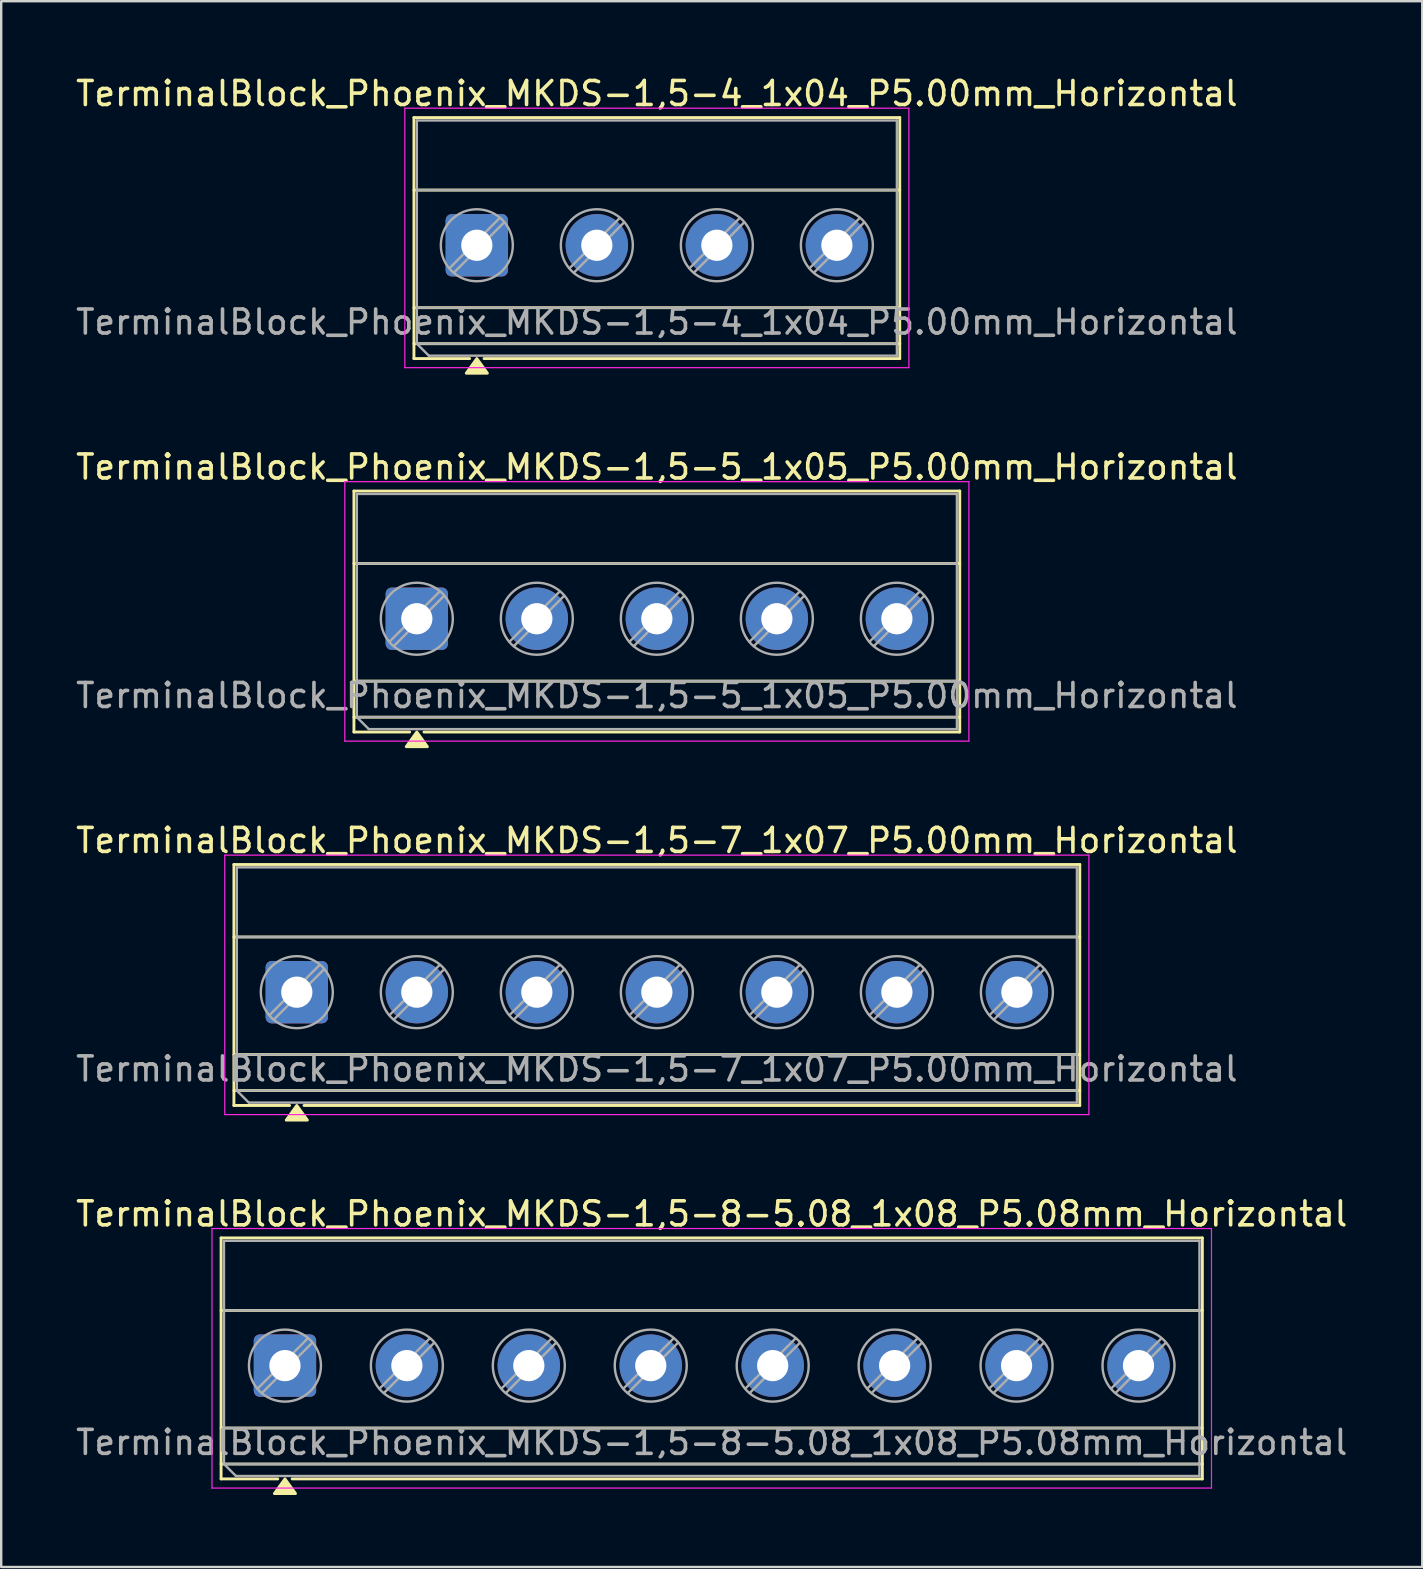
<source format=kicad_pcb>
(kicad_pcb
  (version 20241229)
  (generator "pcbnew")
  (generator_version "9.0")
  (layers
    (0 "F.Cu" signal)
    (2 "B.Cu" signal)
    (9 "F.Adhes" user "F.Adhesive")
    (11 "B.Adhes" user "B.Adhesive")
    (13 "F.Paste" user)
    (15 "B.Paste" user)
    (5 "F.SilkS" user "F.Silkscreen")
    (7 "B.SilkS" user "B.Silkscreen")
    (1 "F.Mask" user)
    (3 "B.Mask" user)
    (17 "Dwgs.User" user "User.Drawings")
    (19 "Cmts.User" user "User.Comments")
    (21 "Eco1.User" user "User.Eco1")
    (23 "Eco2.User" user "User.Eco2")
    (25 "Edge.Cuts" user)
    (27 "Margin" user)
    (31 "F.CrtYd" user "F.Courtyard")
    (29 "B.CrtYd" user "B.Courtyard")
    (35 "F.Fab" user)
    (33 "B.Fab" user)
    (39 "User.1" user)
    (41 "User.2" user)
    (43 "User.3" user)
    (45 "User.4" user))
  (footprint "TerminalBlock_Phoenix_MKDS-1,5-4_1x04_P5.00mm_Horizontal"
    (layer "F.Cu")
    (at 16.815 7.168)
    (property "Reference" "TerminalBlock_Phoenix_MKDS-1,5-4_1x04_P5.00mm_Horizontal" (at 7.5 -6.32 0) (layer "F.SilkS") (effects (font (size 1 1) (thickness 0.15))))
    (attr through_hole)
    (fp_line (start -2.62 -5.32) (end 17.62 -5.32) (stroke (width 0.12) (type solid)) (layer "F.SilkS"))
    (fp_line (start -2.62 -2.3) (end 17.62 -2.3) (stroke (width 0.12) (type solid)) (layer "F.SilkS"))
    (fp_line (start -2.62 2.6) (end 17.62 2.6) (stroke (width 0.12) (type solid)) (layer "F.SilkS"))
    (fp_line (start -2.62 4.1) (end 17.62 4.1) (stroke (width 0.12) (type solid)) (layer "F.SilkS"))
    (fp_line (start -2.62 4.72) (end -2.62 -5.32) (stroke (width 0.12) (type solid)) (layer "F.SilkS"))
    (fp_line (start -0.3 4.72) (end -2.62 4.72) (stroke (width 0.12) (type solid)) (layer "F.SilkS"))
    (fp_line (start 17.62 -5.32) (end 17.62 4.72) (stroke (width 0.12) (type solid)) (layer "F.SilkS"))
    (fp_line (start 17.62 4.72) (end 0.3 4.72) (stroke (width 0.12) (type solid)) (layer "F.SilkS"))
    (fp_poly (pts (xy 0 4.72) (xy 0.44 5.33) (xy -0.44 5.33)) (stroke (width 0.12) (type solid)) (fill yes) (layer "F.SilkS"))
    (fp_line (start -3 -5.71) (end -3 5.1) (stroke (width 0.05) (type solid)) (layer "F.CrtYd"))
    (fp_line (start -3 5.1) (end 18 5.1) (stroke (width 0.05) (type solid)) (layer "F.CrtYd"))
    (fp_line (start 18 -5.71) (end -3 -5.71) (stroke (width 0.05) (type solid)) (layer "F.CrtYd"))
    (fp_line (start 18 5.1) (end 18 -5.71) (stroke (width 0.05) (type solid)) (layer "F.CrtYd"))
    (fp_line (start -2.5 -5.2) (end 17.5 -5.2) (stroke (width 0.1) (type solid)) (layer "F.Fab"))
    (fp_line (start -2.5 -2.3) (end 17.5 -2.3) (stroke (width 0.1) (type solid)) (layer "F.Fab"))
    (fp_line (start -2.5 2.6) (end 17.5 2.6) (stroke (width 0.1) (type solid)) (layer "F.Fab"))
    (fp_line (start -2.5 4.1) (end -2.5 -5.2) (stroke (width 0.1) (type solid)) (layer "F.Fab"))
    (fp_line (start -2.5 4.1) (end 17.5 4.1) (stroke (width 0.1) (type solid)) (layer "F.Fab"))
    (fp_line (start -2 4.6) (end -2.5 4.1) (stroke (width 0.1) (type solid)) (layer "F.Fab"))
    (fp_line (start 0.955 -1.138) (end -1.138 0.955) (stroke (width 0.1) (type solid)) (layer "F.Fab"))
    (fp_line (start 1.138 -0.955) (end -0.955 1.138) (stroke (width 0.1) (type solid)) (layer "F.Fab"))
    (fp_line (start 5.955 -1.138) (end 3.862 0.955) (stroke (width 0.1) (type solid)) (layer "F.Fab"))
    (fp_line (start 6.138 -0.955) (end 4.045 1.138) (stroke (width 0.1) (type solid)) (layer "F.Fab"))
    (fp_line (start 10.955 -1.138) (end 8.862 0.955) (stroke (width 0.1) (type solid)) (layer "F.Fab"))
    (fp_line (start 11.138 -0.955) (end 9.045 1.138) (stroke (width 0.1) (type solid)) (layer "F.Fab"))
    (fp_line (start 15.955 -1.138) (end 13.862 0.955) (stroke (width 0.1) (type solid)) (layer "F.Fab"))
    (fp_line (start 16.138 -0.955) (end 14.045 1.138) (stroke (width 0.1) (type solid)) (layer "F.Fab"))
    (fp_line (start 17.5 -5.2) (end 17.5 4.6) (stroke (width 0.1) (type solid)) (layer "F.Fab"))
    (fp_line (start 17.5 4.6) (end -2 4.6) (stroke (width 0.1) (type solid)) (layer "F.Fab"))
    (fp_circle (center 0 0) (end 1.5 0) (stroke (width 0.1) (type solid)) (fill no) (layer "F.Fab"))
    (fp_circle (center 5 0) (end 6.5 0) (stroke (width 0.1) (type solid)) (fill no) (layer "F.Fab"))
    (fp_circle (center 10 0) (end 11.5 0) (stroke (width 0.1) (type solid)) (fill no) (layer "F.Fab"))
    (fp_circle (center 15 0) (end 16.5 0) (stroke (width 0.1) (type solid)) (fill no) (layer "F.Fab"))
    (fp_text user "${REFERENCE}" (at 7.5 3.2 0) (layer "F.Fab") (effects (font (size 1 1) (thickness 0.15))))
    (pad "1" thru_hole roundrect (at 0 0) (size 2.6 2.6) (drill 1.3) (layers "*.Cu" "*.Mask") (roundrect_rratio 0.096))
    (pad "2" thru_hole circle (at 5 0) (size 2.6 2.6) (drill 1.3) (layers "*.Cu" "*.Mask"))
    (pad "3" thru_hole circle (at 10 0) (size 2.6 2.6) (drill 1.3) (layers "*.Cu" "*.Mask"))
    (pad "4" thru_hole circle (at 15 0) (size 2.6 2.6) (drill 1.3) (layers "*.Cu" "*.Mask")))
  (footprint "TerminalBlock_Phoenix_MKDS-1,5-7_1x07_P5.00mm_Horizontal"
    (layer "F.Cu")
    (at 9.315 38.285)
    (property "Reference" "TerminalBlock_Phoenix_MKDS-1,5-7_1x07_P5.00mm_Horizontal" (at 15 -6.32 0) (layer "F.SilkS") (effects (font (size 1 1) (thickness 0.15))))
    (attr through_hole)
    (fp_line (start -2.62 -5.32) (end 32.62 -5.32) (stroke (width 0.12) (type solid)) (layer "F.SilkS"))
    (fp_line (start -2.62 -2.3) (end 32.62 -2.3) (stroke (width 0.12) (type solid)) (layer "F.SilkS"))
    (fp_line (start -2.62 2.6) (end 32.62 2.6) (stroke (width 0.12) (type solid)) (layer "F.SilkS"))
    (fp_line (start -2.62 4.1) (end 32.62 4.1) (stroke (width 0.12) (type solid)) (layer "F.SilkS"))
    (fp_line (start -2.62 4.72) (end -2.62 -5.32) (stroke (width 0.12) (type solid)) (layer "F.SilkS"))
    (fp_line (start -0.3 4.72) (end -2.62 4.72) (stroke (width 0.12) (type solid)) (layer "F.SilkS"))
    (fp_line (start 32.62 -5.32) (end 32.62 4.72) (stroke (width 0.12) (type solid)) (layer "F.SilkS"))
    (fp_line (start 32.62 4.72) (end 0.3 4.72) (stroke (width 0.12) (type solid)) (layer "F.SilkS"))
    (fp_poly (pts (xy 0 4.72) (xy 0.44 5.33) (xy -0.44 5.33)) (stroke (width 0.12) (type solid)) (fill yes) (layer "F.SilkS"))
    (fp_line (start -3 -5.71) (end -3 5.1) (stroke (width 0.05) (type solid)) (layer "F.CrtYd"))
    (fp_line (start -3 5.1) (end 33 5.1) (stroke (width 0.05) (type solid)) (layer "F.CrtYd"))
    (fp_line (start 33 -5.71) (end -3 -5.71) (stroke (width 0.05) (type solid)) (layer "F.CrtYd"))
    (fp_line (start 33 5.1) (end 33 -5.71) (stroke (width 0.05) (type solid)) (layer "F.CrtYd"))
    (fp_line (start -2.5 -5.2) (end 32.5 -5.2) (stroke (width 0.1) (type solid)) (layer "F.Fab"))
    (fp_line (start -2.5 -2.3) (end 32.5 -2.3) (stroke (width 0.1) (type solid)) (layer "F.Fab"))
    (fp_line (start -2.5 2.6) (end 32.5 2.6) (stroke (width 0.1) (type solid)) (layer "F.Fab"))
    (fp_line (start -2.5 4.1) (end -2.5 -5.2) (stroke (width 0.1) (type solid)) (layer "F.Fab"))
    (fp_line (start -2.5 4.1) (end 32.5 4.1) (stroke (width 0.1) (type solid)) (layer "F.Fab"))
    (fp_line (start -2 4.6) (end -2.5 4.1) (stroke (width 0.1) (type solid)) (layer "F.Fab"))
    (fp_line (start 0.955 -1.138) (end -1.138 0.955) (stroke (width 0.1) (type solid)) (layer "F.Fab"))
    (fp_line (start 1.138 -0.955) (end -0.955 1.138) (stroke (width 0.1) (type solid)) (layer "F.Fab"))
    (fp_line (start 5.955 -1.138) (end 3.862 0.955) (stroke (width 0.1) (type solid)) (layer "F.Fab"))
    (fp_line (start 6.138 -0.955) (end 4.045 1.138) (stroke (width 0.1) (type solid)) (layer "F.Fab"))
    (fp_line (start 10.955 -1.138) (end 8.862 0.955) (stroke (width 0.1) (type solid)) (layer "F.Fab"))
    (fp_line (start 11.138 -0.955) (end 9.045 1.138) (stroke (width 0.1) (type solid)) (layer "F.Fab"))
    (fp_line (start 15.955 -1.138) (end 13.862 0.955) (stroke (width 0.1) (type solid)) (layer "F.Fab"))
    (fp_line (start 16.138 -0.955) (end 14.045 1.138) (stroke (width 0.1) (type solid)) (layer "F.Fab"))
    (fp_line (start 20.955 -1.138) (end 18.862 0.955) (stroke (width 0.1) (type solid)) (layer "F.Fab"))
    (fp_line (start 21.138 -0.955) (end 19.045 1.138) (stroke (width 0.1) (type solid)) (layer "F.Fab"))
    (fp_line (start 25.955 -1.138) (end 23.862 0.955) (stroke (width 0.1) (type solid)) (layer "F.Fab"))
    (fp_line (start 26.138 -0.955) (end 24.045 1.138) (stroke (width 0.1) (type solid)) (layer "F.Fab"))
    (fp_line (start 30.955 -1.138) (end 28.862 0.955) (stroke (width 0.1) (type solid)) (layer "F.Fab"))
    (fp_line (start 31.138 -0.955) (end 29.045 1.138) (stroke (width 0.1) (type solid)) (layer "F.Fab"))
    (fp_line (start 32.5 -5.2) (end 32.5 4.6) (stroke (width 0.1) (type solid)) (layer "F.Fab"))
    (fp_line (start 32.5 4.6) (end -2 4.6) (stroke (width 0.1) (type solid)) (layer "F.Fab"))
    (fp_circle (center 0 0) (end 1.5 0) (stroke (width 0.1) (type solid)) (fill no) (layer "F.Fab"))
    (fp_circle (center 5 0) (end 6.5 0) (stroke (width 0.1) (type solid)) (fill no) (layer "F.Fab"))
    (fp_circle (center 10 0) (end 11.5 0) (stroke (width 0.1) (type solid)) (fill no) (layer "F.Fab"))
    (fp_circle (center 15 0) (end 16.5 0) (stroke (width 0.1) (type solid)) (fill no) (layer "F.Fab"))
    (fp_circle (center 20 0) (end 21.5 0) (stroke (width 0.1) (type solid)) (fill no) (layer "F.Fab"))
    (fp_circle (center 25 0) (end 26.5 0) (stroke (width 0.1) (type solid)) (fill no) (layer "F.Fab"))
    (fp_circle (center 30 0) (end 31.5 0) (stroke (width 0.1) (type solid)) (fill no) (layer "F.Fab"))
    (fp_text user "${REFERENCE}" (at 15 3.2 0) (layer "F.Fab") (effects (font (size 1 1) (thickness 0.15))))
    (pad "1" thru_hole roundrect (at 0 0) (size 2.6 2.6) (drill 1.3) (layers "*.Cu" "*.Mask") (roundrect_rratio 0.096))
    (pad "2" thru_hole circle (at 5 0) (size 2.6 2.6) (drill 1.3) (layers "*.Cu" "*.Mask"))
    (pad "3" thru_hole circle (at 10 0) (size 2.6 2.6) (drill 1.3) (layers "*.Cu" "*.Mask"))
    (pad "4" thru_hole circle (at 15 0) (size 2.6 2.6) (drill 1.3) (layers "*.Cu" "*.Mask"))
    (pad "5" thru_hole circle (at 20 0) (size 2.6 2.6) (drill 1.3) (layers "*.Cu" "*.Mask"))
    (pad "6" thru_hole circle (at 25 0) (size 2.6 2.6) (drill 1.3) (layers "*.Cu" "*.Mask"))
    (pad "7" thru_hole circle (at 30 0) (size 2.6 2.6) (drill 1.3) (layers "*.Cu" "*.Mask")))
  (footprint "TerminalBlock_Phoenix_MKDS-1,5-8-5.08_1x08_P5.08mm_Horizontal"
    (layer "F.Cu")
    (at 8.821 53.843)
    (property "Reference" "TerminalBlock_Phoenix_MKDS-1,5-8-5.08_1x08_P5.08mm_Horizontal" (at 17.78 -6.32 0) (layer "F.SilkS") (effects (font (size 1 1) (thickness 0.15))))
    (attr through_hole)
    (fp_line (start -2.66 -5.32) (end 38.22 -5.32) (stroke (width 0.12) (type solid)) (layer "F.SilkS"))
    (fp_line (start -2.66 -2.3) (end 38.22 -2.3) (stroke (width 0.12) (type solid)) (layer "F.SilkS"))
    (fp_line (start -2.66 2.6) (end 38.22 2.6) (stroke (width 0.12) (type solid)) (layer "F.SilkS"))
    (fp_line (start -2.66 4.1) (end 38.22 4.1) (stroke (width 0.12) (type solid)) (layer "F.SilkS"))
    (fp_line (start -2.66 4.72) (end -2.66 -5.32) (stroke (width 0.12) (type solid)) (layer "F.SilkS"))
    (fp_line (start -0.3 4.72) (end -2.66 4.72) (stroke (width 0.12) (type solid)) (layer "F.SilkS"))
    (fp_line (start 38.22 -5.32) (end 38.22 4.72) (stroke (width 0.12) (type solid)) (layer "F.SilkS"))
    (fp_line (start 38.22 4.72) (end 0.3 4.72) (stroke (width 0.12) (type solid)) (layer "F.SilkS"))
    (fp_poly (pts (xy 0 4.72) (xy 0.44 5.33) (xy -0.44 5.33)) (stroke (width 0.12) (type solid)) (fill yes) (layer "F.SilkS"))
    (fp_line (start -3.04 -5.71) (end -3.04 5.1) (stroke (width 0.05) (type solid)) (layer "F.CrtYd"))
    (fp_line (start -3.04 5.1) (end 38.6 5.1) (stroke (width 0.05) (type solid)) (layer "F.CrtYd"))
    (fp_line (start 38.6 -5.71) (end -3.04 -5.71) (stroke (width 0.05) (type solid)) (layer "F.CrtYd"))
    (fp_line (start 38.6 5.1) (end 38.6 -5.71) (stroke (width 0.05) (type solid)) (layer "F.CrtYd"))
    (fp_line (start -2.54 -5.2) (end 38.1 -5.2) (stroke (width 0.1) (type solid)) (layer "F.Fab"))
    (fp_line (start -2.54 -2.3) (end 38.1 -2.3) (stroke (width 0.1) (type solid)) (layer "F.Fab"))
    (fp_line (start -2.54 2.6) (end 38.1 2.6) (stroke (width 0.1) (type solid)) (layer "F.Fab"))
    (fp_line (start -2.54 4.1) (end -2.54 -5.2) (stroke (width 0.1) (type solid)) (layer "F.Fab"))
    (fp_line (start -2.54 4.1) (end 38.1 4.1) (stroke (width 0.1) (type solid)) (layer "F.Fab"))
    (fp_line (start -2.04 4.6) (end -2.54 4.1) (stroke (width 0.1) (type solid)) (layer "F.Fab"))
    (fp_line (start 0.955 -1.138) (end -1.138 0.955) (stroke (width 0.1) (type solid)) (layer "F.Fab"))
    (fp_line (start 1.138 -0.955) (end -0.955 1.138) (stroke (width 0.1) (type solid)) (layer "F.Fab"))
    (fp_line (start 6.035 -1.138) (end 3.942 0.955) (stroke (width 0.1) (type solid)) (layer "F.Fab"))
    (fp_line (start 6.218 -0.955) (end 4.125 1.138) (stroke (width 0.1) (type solid)) (layer "F.Fab"))
    (fp_line (start 11.115 -1.138) (end 9.022 0.955) (stroke (width 0.1) (type solid)) (layer "F.Fab"))
    (fp_line (start 11.298 -0.955) (end 9.205 1.138) (stroke (width 0.1) (type solid)) (layer "F.Fab"))
    (fp_line (start 16.195 -1.138) (end 14.102 0.955) (stroke (width 0.1) (type solid)) (layer "F.Fab"))
    (fp_line (start 16.378 -0.955) (end 14.285 1.138) (stroke (width 0.1) (type solid)) (layer "F.Fab"))
    (fp_line (start 21.275 -1.138) (end 19.182 0.955) (stroke (width 0.1) (type solid)) (layer "F.Fab"))
    (fp_line (start 21.458 -0.955) (end 19.365 1.138) (stroke (width 0.1) (type solid)) (layer "F.Fab"))
    (fp_line (start 26.355 -1.138) (end 24.262 0.955) (stroke (width 0.1) (type solid)) (layer "F.Fab"))
    (fp_line (start 26.538 -0.955) (end 24.445 1.138) (stroke (width 0.1) (type solid)) (layer "F.Fab"))
    (fp_line (start 31.435 -1.138) (end 29.342 0.955) (stroke (width 0.1) (type solid)) (layer "F.Fab"))
    (fp_line (start 31.618 -0.955) (end 29.525 1.138) (stroke (width 0.1) (type solid)) (layer "F.Fab"))
    (fp_line (start 36.515 -1.138) (end 34.422 0.955) (stroke (width 0.1) (type solid)) (layer "F.Fab"))
    (fp_line (start 36.698 -0.955) (end 34.605 1.138) (stroke (width 0.1) (type solid)) (layer "F.Fab"))
    (fp_line (start 38.1 -5.2) (end 38.1 4.6) (stroke (width 0.1) (type solid)) (layer "F.Fab"))
    (fp_line (start 38.1 4.6) (end -2.04 4.6) (stroke (width 0.1) (type solid)) (layer "F.Fab"))
    (fp_circle (center 0 0) (end 1.5 0) (stroke (width 0.1) (type solid)) (fill no) (layer "F.Fab"))
    (fp_circle (center 5.08 0) (end 6.58 0) (stroke (width 0.1) (type solid)) (fill no) (layer "F.Fab"))
    (fp_circle (center 10.16 0) (end 11.66 0) (stroke (width 0.1) (type solid)) (fill no) (layer "F.Fab"))
    (fp_circle (center 15.24 0) (end 16.74 0) (stroke (width 0.1) (type solid)) (fill no) (layer "F.Fab"))
    (fp_circle (center 20.32 0) (end 21.82 0) (stroke (width 0.1) (type solid)) (fill no) (layer "F.Fab"))
    (fp_circle (center 25.4 0) (end 26.9 0) (stroke (width 0.1) (type solid)) (fill no) (layer "F.Fab"))
    (fp_circle (center 30.48 0) (end 31.98 0) (stroke (width 0.1) (type solid)) (fill no) (layer "F.Fab"))
    (fp_circle (center 35.56 0) (end 37.06 0) (stroke (width 0.1) (type solid)) (fill no) (layer "F.Fab"))
    (fp_text user "${REFERENCE}" (at 17.78 3.2 0) (layer "F.Fab") (effects (font (size 1 1) (thickness 0.15))))
    (pad "1" thru_hole roundrect (at 0 0) (size 2.6 2.6) (drill 1.3) (layers "*.Cu" "*.Mask") (roundrect_rratio 0.096))
    (pad "2" thru_hole circle (at 5.08 0) (size 2.6 2.6) (drill 1.3) (layers "*.Cu" "*.Mask"))
    (pad "3" thru_hole circle (at 10.16 0) (size 2.6 2.6) (drill 1.3) (layers "*.Cu" "*.Mask"))
    (pad "4" thru_hole circle (at 15.24 0) (size 2.6 2.6) (drill 1.3) (layers "*.Cu" "*.Mask"))
    (pad "5" thru_hole circle (at 20.32 0) (size 2.6 2.6) (drill 1.3) (layers "*.Cu" "*.Mask"))
    (pad "6" thru_hole circle (at 25.4 0) (size 2.6 2.6) (drill 1.3) (layers "*.Cu" "*.Mask"))
    (pad "7" thru_hole circle (at 30.48 0) (size 2.6 2.6) (drill 1.3) (layers "*.Cu" "*.Mask"))
    (pad "8" thru_hole circle (at 35.56 0) (size 2.6 2.6) (drill 1.3) (layers "*.Cu" "*.Mask")))
  (footprint "TerminalBlock_Phoenix_MKDS-1,5-5_1x05_P5.00mm_Horizontal"
    (layer "F.Cu")
    (at 14.315 22.727)
    (property "Reference" "TerminalBlock_Phoenix_MKDS-1,5-5_1x05_P5.00mm_Horizontal" (at 10 -6.32 0) (layer "F.SilkS") (effects (font (size 1 1) (thickness 0.15))))
    (attr through_hole)
    (fp_line (start -2.62 -5.32) (end 22.62 -5.32) (stroke (width 0.12) (type solid)) (layer "F.SilkS"))
    (fp_line (start -2.62 -2.3) (end 22.62 -2.3) (stroke (width 0.12) (type solid)) (layer "F.SilkS"))
    (fp_line (start -2.62 2.6) (end 22.62 2.6) (stroke (width 0.12) (type solid)) (layer "F.SilkS"))
    (fp_line (start -2.62 4.1) (end 22.62 4.1) (stroke (width 0.12) (type solid)) (layer "F.SilkS"))
    (fp_line (start -2.62 4.72) (end -2.62 -5.32) (stroke (width 0.12) (type solid)) (layer "F.SilkS"))
    (fp_line (start -0.3 4.72) (end -2.62 4.72) (stroke (width 0.12) (type solid)) (layer "F.SilkS"))
    (fp_line (start 22.62 -5.32) (end 22.62 4.72) (stroke (width 0.12) (type solid)) (layer "F.SilkS"))
    (fp_line (start 22.62 4.72) (end 0.3 4.72) (stroke (width 0.12) (type solid)) (layer "F.SilkS"))
    (fp_poly (pts (xy 0 4.72) (xy 0.44 5.33) (xy -0.44 5.33)) (stroke (width 0.12) (type solid)) (fill yes) (layer "F.SilkS"))
    (fp_line (start -3 -5.71) (end -3 5.1) (stroke (width 0.05) (type solid)) (layer "F.CrtYd"))
    (fp_line (start -3 5.1) (end 23 5.1) (stroke (width 0.05) (type solid)) (layer "F.CrtYd"))
    (fp_line (start 23 -5.71) (end -3 -5.71) (stroke (width 0.05) (type solid)) (layer "F.CrtYd"))
    (fp_line (start 23 5.1) (end 23 -5.71) (stroke (width 0.05) (type solid)) (layer "F.CrtYd"))
    (fp_line (start -2.5 -5.2) (end 22.5 -5.2) (stroke (width 0.1) (type solid)) (layer "F.Fab"))
    (fp_line (start -2.5 -2.3) (end 22.5 -2.3) (stroke (width 0.1) (type solid)) (layer "F.Fab"))
    (fp_line (start -2.5 2.6) (end 22.5 2.6) (stroke (width 0.1) (type solid)) (layer "F.Fab"))
    (fp_line (start -2.5 4.1) (end -2.5 -5.2) (stroke (width 0.1) (type solid)) (layer "F.Fab"))
    (fp_line (start -2.5 4.1) (end 22.5 4.1) (stroke (width 0.1) (type solid)) (layer "F.Fab"))
    (fp_line (start -2 4.6) (end -2.5 4.1) (stroke (width 0.1) (type solid)) (layer "F.Fab"))
    (fp_line (start 0.955 -1.138) (end -1.138 0.955) (stroke (width 0.1) (type solid)) (layer "F.Fab"))
    (fp_line (start 1.138 -0.955) (end -0.955 1.138) (stroke (width 0.1) (type solid)) (layer "F.Fab"))
    (fp_line (start 5.955 -1.138) (end 3.862 0.955) (stroke (width 0.1) (type solid)) (layer "F.Fab"))
    (fp_line (start 6.138 -0.955) (end 4.045 1.138) (stroke (width 0.1) (type solid)) (layer "F.Fab"))
    (fp_line (start 10.955 -1.138) (end 8.862 0.955) (stroke (width 0.1) (type solid)) (layer "F.Fab"))
    (fp_line (start 11.138 -0.955) (end 9.045 1.138) (stroke (width 0.1) (type solid)) (layer "F.Fab"))
    (fp_line (start 15.955 -1.138) (end 13.862 0.955) (stroke (width 0.1) (type solid)) (layer "F.Fab"))
    (fp_line (start 16.138 -0.955) (end 14.045 1.138) (stroke (width 0.1) (type solid)) (layer "F.Fab"))
    (fp_line (start 20.955 -1.138) (end 18.862 0.955) (stroke (width 0.1) (type solid)) (layer "F.Fab"))
    (fp_line (start 21.138 -0.955) (end 19.045 1.138) (stroke (width 0.1) (type solid)) (layer "F.Fab"))
    (fp_line (start 22.5 -5.2) (end 22.5 4.6) (stroke (width 0.1) (type solid)) (layer "F.Fab"))
    (fp_line (start 22.5 4.6) (end -2 4.6) (stroke (width 0.1) (type solid)) (layer "F.Fab"))
    (fp_circle (center 0 0) (end 1.5 0) (stroke (width 0.1) (type solid)) (fill no) (layer "F.Fab"))
    (fp_circle (center 5 0) (end 6.5 0) (stroke (width 0.1) (type solid)) (fill no) (layer "F.Fab"))
    (fp_circle (center 10 0) (end 11.5 0) (stroke (width 0.1) (type solid)) (fill no) (layer "F.Fab"))
    (fp_circle (center 15 0) (end 16.5 0) (stroke (width 0.1) (type solid)) (fill no) (layer "F.Fab"))
    (fp_circle (center 20 0) (end 21.5 0) (stroke (width 0.1) (type solid)) (fill no) (layer "F.Fab"))
    (fp_text user "${REFERENCE}" (at 10 3.2 0) (layer "F.Fab") (effects (font (size 1 1) (thickness 0.15))))
    (pad "1" thru_hole roundrect (at 0 0) (size 2.6 2.6) (drill 1.3) (layers "*.Cu" "*.Mask") (roundrect_rratio 0.096))
    (pad "2" thru_hole circle (at 5 0) (size 2.6 2.6) (drill 1.3) (layers "*.Cu" "*.Mask"))
    (pad "3" thru_hole circle (at 10 0) (size 2.6 2.6) (drill 1.3) (layers "*.Cu" "*.Mask"))
    (pad "4" thru_hole circle (at 15 0) (size 2.6 2.6) (drill 1.3) (layers "*.Cu" "*.Mask"))
    (pad "5" thru_hole circle (at 20 0) (size 2.6 2.6) (drill 1.3) (layers "*.Cu" "*.Mask")))
  (gr_rect
    (start -3 -3)
    (end 56.202 62.233)
    (stroke (width 0.1) (type default))
    (fill no)
    (layer "Edge.Cuts")))
</source>
